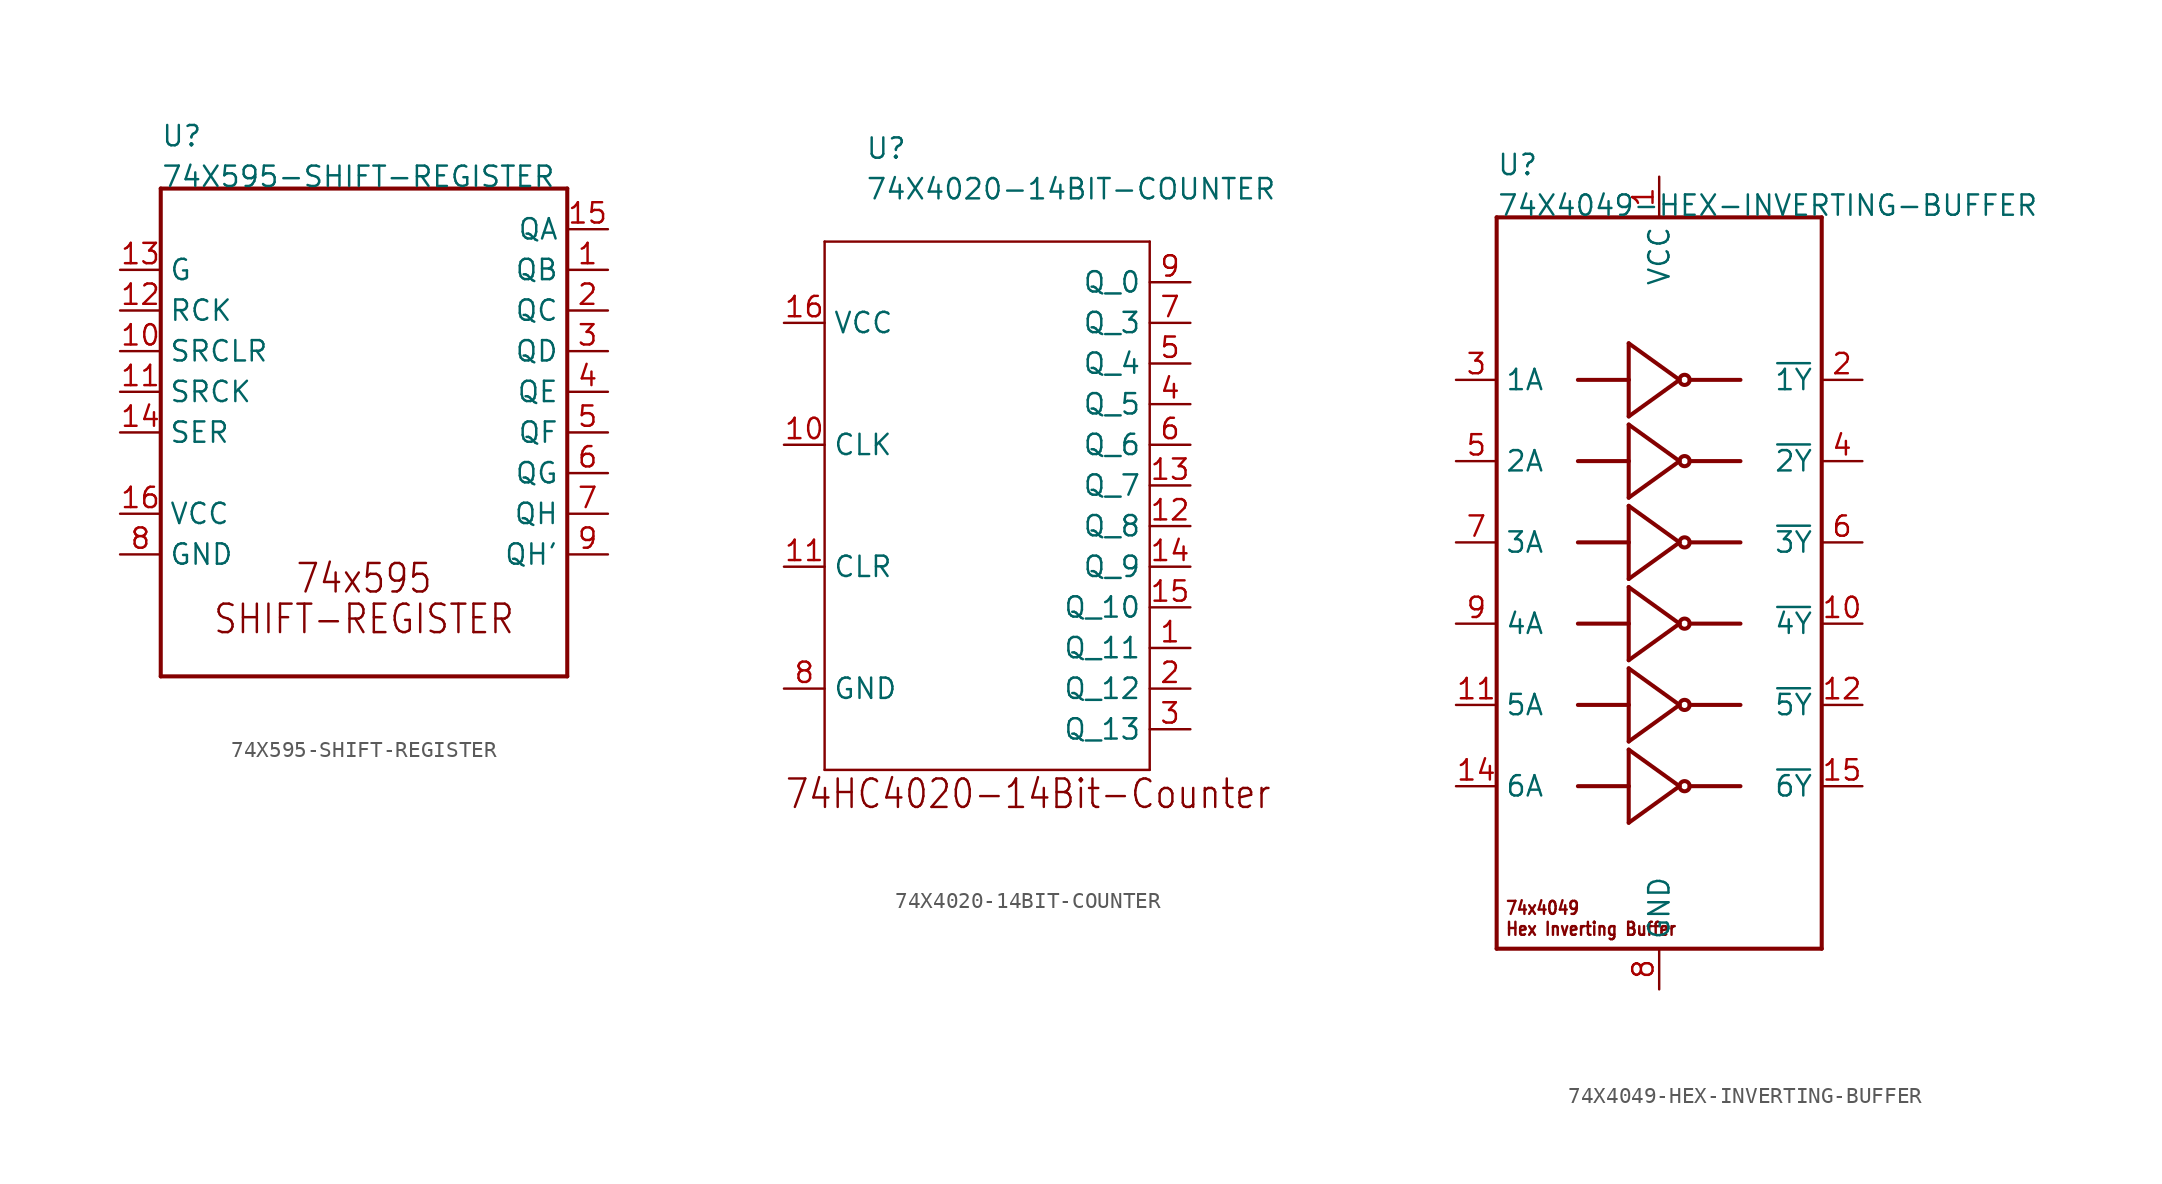
<source format=kicad_sym>
(kicad_symbol_lib
  (version 20211014)
  (generator kicad_symbol_editor)
  (symbol "74X595-SHIFT-REGISTER"
    (pin_names)
    (property "Reference" "U"
      (at -12.7 15.24 0)
      (effects (font (size 1.27 1.27)) (justify left bottom)))
    (property "Value" "74X595-SHIFT-REGISTER"
      (at -12.7 12.7 0)
      (effects (font (size 1.27 1.27)) (justify left bottom)))
    (property "Datasheet" ""
      (at 0 0 0))
    (property "ki_description" "SN74LS595D (74x595)  - IC SERIAL-IN SHIFT-REG 16-SOIC   Technical Specifications:    Shift Shift Register 1 Element 8 Bit 16-SOIC   Logic Type: Shift Register   Function: Serial to Parallel, Serial   Output Type: 3-State   Number of Elements: 1   Bits per Element: 8   Supply Voltage: 4.75V~5.25V       Component Search:  SN74LS595D   Datasheet:  8-Bit Shift Registers With Output Latches datasheet  "
      (at 0 0 0))
    (property "ki_fp_filters" "FlashPCB_ICs:SOIC-16-150MIL-3.9MM"
      (at 0 0 0))
    (symbol "74X595-SHIFT-REGISTER_1_1"
      (text "74x595" (at 0 -12.7 0) (effects (font (size 1.778 1.52)) (justify bottom)))
      (text "SHIFT-REGISTER" (at 0 -15.24 0) (effects (font (size 1.778 1.52)) (justify bottom)))
      (polyline (pts (xy -12.7 12.7) (xy -12.7 -17.78)) (stroke (width 0.254)) (fill (type none)))
      (polyline (pts (xy -12.7 -17.78) (xy 12.7 -17.78)) (stroke (width 0.254)) (fill (type none)))
      (polyline (pts (xy 12.7 -17.78) (xy 12.7 12.7)) (stroke (width 0.254)) (fill (type none)))
      (polyline (pts (xy 12.7 12.7) (xy -12.7 12.7)) (stroke (width 0.254)) (fill (type none)))
      (pin bidirectional line (at 15.24 7.62 180) (length 2.54) (name "QB" (effects (font (size 1.27 1.27)))) (number "1" (effects (font (size 1.27 1.27)))))
      (pin bidirectional line (at 15.24 5.08 180) (length 2.54) (name "QC" (effects (font (size 1.27 1.27)))) (number "2" (effects (font (size 1.27 1.27)))))
      (pin bidirectional line (at 15.24 2.54 180) (length 2.54) (name "QD" (effects (font (size 1.27 1.27)))) (number "3" (effects (font (size 1.27 1.27)))))
      (pin bidirectional line (at 15.24 0 180) (length 2.54) (name "QE" (effects (font (size 1.27 1.27)))) (number "4" (effects (font (size 1.27 1.27)))))
      (pin bidirectional line (at 15.24 -2.54 180) (length 2.54) (name "QF" (effects (font (size 1.27 1.27)))) (number "5" (effects (font (size 1.27 1.27)))))
      (pin bidirectional line (at 15.24 -5.08 180) (length 2.54) (name "QG" (effects (font (size 1.27 1.27)))) (number "6" (effects (font (size 1.27 1.27)))))
      (pin bidirectional line (at 15.24 -7.62 180) (length 2.54) (name "QH" (effects (font (size 1.27 1.27)))) (number "7" (effects (font (size 1.27 1.27)))))
      (pin bidirectional line (at -15.24 -10.16 0) (length 2.54) (name "GND" (effects (font (size 1.27 1.27)))) (number "8" (effects (font (size 1.27 1.27)))))
      (pin bidirectional line (at 15.24 -10.16 180) (length 2.54) (name "QH'" (effects (font (size 1.27 1.27)))) (number "9" (effects (font (size 1.27 1.27)))))
      (pin bidirectional line (at -15.24 2.54 0) (length 2.54) (name "SRCLR" (effects (font (size 1.27 1.27)))) (number "10" (effects (font (size 1.27 1.27)))))
      (pin bidirectional line (at -15.24 0 0) (length 2.54) (name "SRCK" (effects (font (size 1.27 1.27)))) (number "11" (effects (font (size 1.27 1.27)))))
      (pin bidirectional line (at -15.24 5.08 0) (length 2.54) (name "RCK" (effects (font (size 1.27 1.27)))) (number "12" (effects (font (size 1.27 1.27)))))
      (pin bidirectional line (at -15.24 7.62 0) (length 2.54) (name "G" (effects (font (size 1.27 1.27)))) (number "13" (effects (font (size 1.27 1.27)))))
      (pin bidirectional line (at -15.24 -2.54 0) (length 2.54) (name "SER" (effects (font (size 1.27 1.27)))) (number "14" (effects (font (size 1.27 1.27)))))
      (pin bidirectional line (at 15.24 10.16 180) (length 2.54) (name "QA" (effects (font (size 1.27 1.27)))) (number "15" (effects (font (size 1.27 1.27)))))
      (pin bidirectional line (at -15.24 -7.62 0) (length 2.54) (name "VCC" (effects (font (size 1.27 1.27)))) (number "16" (effects (font (size 1.27 1.27)))))))
  (symbol "74X4020-14BIT-COUNTER"
    (pin_names)
    (property "Reference" "U"
      (at -7.62 20.32 0)
      (effects (font (size 1.27 1.27)) (justify left bottom)))
    (property "Value" "74X4020-14BIT-COUNTER"
      (at -7.62 17.78 0)
      (effects (font (size 1.27 1.27)) (justify left bottom)))
    (property "Datasheet" ""
      (at 0 0 0))
    (property "ki_fp_filters" "FlashPCB_ICs:16-TSSOP FlashPCB_ICs:SOIC-16-150MIL-3.9MM"
      (at 0 0 0))
    (symbol "74X4020-14BIT-COUNTER_1_1"
      (text "74HC4020-14Bit-Counter" (at -12.7 -20.32 0) (effects (font (size 1.778 1.52)) (justify left bottom)))
      (polyline (pts (xy -10.16 15.24) (xy 10.16 15.24)) (stroke (width 0.152)) (fill (type none)))
      (polyline (pts (xy 10.16 15.24) (xy 10.16 -17.78)) (stroke (width 0.152)) (fill (type none)))
      (polyline (pts (xy 10.16 -17.78) (xy -10.16 -17.78)) (stroke (width 0.152)) (fill (type none)))
      (polyline (pts (xy -10.16 -17.78) (xy -10.16 15.24)) (stroke (width 0.152)) (fill (type none)))
      (pin bidirectional line (at 12.7 12.7 180) (length 2.54) (name "Q_0" (effects (font (size 1.27 1.27)))) (number "9" (effects (font (size 1.27 1.27)))))
      (pin bidirectional line (at 12.7 10.16 180) (length 2.54) (name "Q_3" (effects (font (size 1.27 1.27)))) (number "7" (effects (font (size 1.27 1.27)))))
      (pin bidirectional line (at 12.7 7.62 180) (length 2.54) (name "Q_4" (effects (font (size 1.27 1.27)))) (number "5" (effects (font (size 1.27 1.27)))))
      (pin bidirectional line (at 12.7 5.08 180) (length 2.54) (name "Q_5" (effects (font (size 1.27 1.27)))) (number "4" (effects (font (size 1.27 1.27)))))
      (pin bidirectional line (at 12.7 2.54 180) (length 2.54) (name "Q_6" (effects (font (size 1.27 1.27)))) (number "6" (effects (font (size 1.27 1.27)))))
      (pin bidirectional line (at 12.7 0 180) (length 2.54) (name "Q_7" (effects (font (size 1.27 1.27)))) (number "13" (effects (font (size 1.27 1.27)))))
      (pin bidirectional line (at 12.7 -2.54 180) (length 2.54) (name "Q_8" (effects (font (size 1.27 1.27)))) (number "12" (effects (font (size 1.27 1.27)))))
      (pin bidirectional line (at 12.7 -5.08 180) (length 2.54) (name "Q_9" (effects (font (size 1.27 1.27)))) (number "14" (effects (font (size 1.27 1.27)))))
      (pin bidirectional line (at 12.7 -7.62 180) (length 2.54) (name "Q_10" (effects (font (size 1.27 1.27)))) (number "15" (effects (font (size 1.27 1.27)))))
      (pin bidirectional line (at 12.7 -10.16 180) (length 2.54) (name "Q_11" (effects (font (size 1.27 1.27)))) (number "1" (effects (font (size 1.27 1.27)))))
      (pin bidirectional line (at 12.7 -12.7 180) (length 2.54) (name "Q_12" (effects (font (size 1.27 1.27)))) (number "2" (effects (font (size 1.27 1.27)))))
      (pin bidirectional line (at 12.7 -15.24 180) (length 2.54) (name "Q_13" (effects (font (size 1.27 1.27)))) (number "3" (effects (font (size 1.27 1.27)))))
      (pin bidirectional line (at -12.7 10.16 0) (length 2.54) (name "VCC" (effects (font (size 1.27 1.27)))) (number "16" (effects (font (size 1.27 1.27)))))
      (pin bidirectional line (at -12.7 -12.7 0) (length 2.54) (name "GND" (effects (font (size 1.27 1.27)))) (number "8" (effects (font (size 1.27 1.27)))))
      (pin bidirectional line (at -12.7 2.54 0) (length 2.54) (name "CLK" (effects (font (size 1.27 1.27)))) (number "10" (effects (font (size 1.27 1.27)))))
      (pin bidirectional line (at -12.7 -5.08 0) (length 2.54) (name "CLR" (effects (font (size 1.27 1.27)))) (number "11" (effects (font (size 1.27 1.27)))))))
  (symbol "74X4049-HEX-INVERTING-BUFFER"
    (pin_names)
    (property "Reference" "U"
      (at -10.16 25.4 0)
      (effects (font (size 1.27 1.27)) (justify left bottom)))
    (property "Value" "74X4049-HEX-INVERTING-BUFFER"
      (at -10.16 22.86 0)
      (effects (font (size 1.27 1.27)) (justify left bottom)))
    (property "Datasheet" ""
      (at 0 0 0))
    (property "ki_description" "74X4049  - Hex Inverting Buffer   Technical Specifications:     Logic Type: Buffer, Inverting    Number of Elements: 6    Number of Bits per Element: 1       Component Search:  [DATA SHEET NAME]   Datasheet:  74HC4049 "
      (at 0 0 0))
    (property "ki_fp_filters" "FlashPCB_ICs:SOIC-16-150MIL-3.9MM"
      (at 0 0 0))
    (symbol "74X4049-HEX-INVERTING-BUFFER_1_1"
      (text "74x4049\nHex Inverting Buffer" (at -9.652 -22.098 0) (effects (font (size 0.813 0.695)) (justify left bottom)))
      (polyline (pts (xy -5.08 12.7) (xy -1.905 12.7)) (stroke (width 0.254)) (fill (type none)))
      (polyline (pts (xy -1.905 12.7) (xy -1.905 14.986)) (stroke (width 0.254)) (fill (type none)))
      (polyline (pts (xy -1.905 12.7) (xy -1.905 10.414)) (stroke (width 0.254)) (fill (type none)))
      (polyline (pts (xy -1.905 10.414) (xy 1.27 12.7)) (stroke (width 0.254)) (fill (type none)))
      (polyline (pts (xy 1.27 12.7) (xy -1.905 14.986)) (stroke (width 0.254)) (fill (type none)))
      (polyline (pts (xy 5.08 12.7) (xy 1.905 12.7)) (stroke (width 0.254)) (fill (type none)))
      (polyline (pts (xy -5.08 7.62) (xy -1.905 7.62)) (stroke (width 0.254)) (fill (type none)))
      (polyline (pts (xy -1.905 7.62) (xy -1.905 9.906)) (stroke (width 0.254)) (fill (type none)))
      (polyline (pts (xy -1.905 7.62) (xy -1.905 5.334)) (stroke (width 0.254)) (fill (type none)))
      (polyline (pts (xy -1.905 5.334) (xy 1.27 7.62)) (stroke (width 0.254)) (fill (type none)))
      (polyline (pts (xy 1.27 7.62) (xy -1.905 9.906)) (stroke (width 0.254)) (fill (type none)))
      (polyline (pts (xy 5.08 7.62) (xy 1.905 7.62)) (stroke (width 0.254)) (fill (type none)))
      (polyline (pts (xy -5.08 2.54) (xy -1.905 2.54)) (stroke (width 0.254)) (fill (type none)))
      (polyline (pts (xy -1.905 2.54) (xy -1.905 4.826)) (stroke (width 0.254)) (fill (type none)))
      (polyline (pts (xy -1.905 2.54) (xy -1.905 0.254)) (stroke (width 0.254)) (fill (type none)))
      (polyline (pts (xy -1.905 0.254) (xy 1.27 2.54)) (stroke (width 0.254)) (fill (type none)))
      (polyline (pts (xy 1.27 2.54) (xy -1.905 4.826)) (stroke (width 0.254)) (fill (type none)))
      (polyline (pts (xy 5.08 2.54) (xy 1.905 2.54)) (stroke (width 0.254)) (fill (type none)))
      (polyline (pts (xy -5.08 -2.54) (xy -1.905 -2.54)) (stroke (width 0.254)) (fill (type none)))
      (polyline (pts (xy -1.905 -2.54) (xy -1.905 -0.254)) (stroke (width 0.254)) (fill (type none)))
      (polyline (pts (xy -1.905 -2.54) (xy -1.905 -4.826)) (stroke (width 0.254)) (fill (type none)))
      (polyline (pts (xy -1.905 -4.826) (xy 1.27 -2.54)) (stroke (width 0.254)) (fill (type none)))
      (polyline (pts (xy 1.27 -2.54) (xy -1.905 -0.254)) (stroke (width 0.254)) (fill (type none)))
      (polyline (pts (xy 5.08 -2.54) (xy 1.905 -2.54)) (stroke (width 0.254)) (fill (type none)))
      (polyline (pts (xy -5.08 -7.62) (xy -1.905 -7.62)) (stroke (width 0.254)) (fill (type none)))
      (polyline (pts (xy -1.905 -7.62) (xy -1.905 -5.334)) (stroke (width 0.254)) (fill (type none)))
      (polyline (pts (xy -1.905 -7.62) (xy -1.905 -9.906)) (stroke (width 0.254)) (fill (type none)))
      (polyline (pts (xy -1.905 -9.906) (xy 1.27 -7.62)) (stroke (width 0.254)) (fill (type none)))
      (polyline (pts (xy 1.27 -7.62) (xy -1.905 -5.334)) (stroke (width 0.254)) (fill (type none)))
      (polyline (pts (xy 5.08 -7.62) (xy 1.905 -7.62)) (stroke (width 0.254)) (fill (type none)))
      (polyline (pts (xy -5.08 -12.7) (xy -1.905 -12.7)) (stroke (width 0.254)) (fill (type none)))
      (polyline (pts (xy -1.905 -12.7) (xy -1.905 -10.414)) (stroke (width 0.254)) (fill (type none)))
      (polyline (pts (xy -1.905 -12.7) (xy -1.905 -14.986)) (stroke (width 0.254)) (fill (type none)))
      (polyline (pts (xy -1.905 -14.986) (xy 1.27 -12.7)) (stroke (width 0.254)) (fill (type none)))
      (polyline (pts (xy 1.27 -12.7) (xy -1.905 -10.414)) (stroke (width 0.254)) (fill (type none)))
      (polyline (pts (xy 5.08 -12.7) (xy 1.905 -12.7)) (stroke (width 0.254)) (fill (type none)))
      (polyline (pts (xy -10.16 22.86) (xy 10.16 22.86)) (stroke (width 0.254)) (fill (type none)))
      (polyline (pts (xy 10.16 22.86) (xy 10.16 -22.86)) (stroke (width 0.254)) (fill (type none)))
      (polyline (pts (xy 10.16 -22.86) (xy -10.16 -22.86)) (stroke (width 0.254)) (fill (type none)))
      (polyline (pts (xy -10.16 -22.86) (xy -10.16 22.86)) (stroke (width 0.254)) (fill (type none)))
      (circle (center 1.587 12.7) (radius 0.318) (stroke (width 0.254) (type default)) (fill (type none)))
      (circle (center 1.587 7.62) (radius 0.318) (stroke (width 0.254) (type default)) (fill (type none)))
      (circle (center 1.587 2.54) (radius 0.318) (stroke (width 0.254) (type default)) (fill (type none)))
      (circle (center 1.587 -2.54) (radius 0.318) (stroke (width 0.254) (type default)) (fill (type none)))
      (circle (center 1.587 -7.62) (radius 0.318) (stroke (width 0.254) (type default)) (fill (type none)))
      (circle (center 1.587 -12.7) (radius 0.318) (stroke (width 0.254) (type default)) (fill (type none)))
      (pin bidirectional line (at 0 25.4 270) (length 2.54) (name "VCC" (effects (font (size 1.27 1.27)))) (number "1" (effects (font (size 1.27 1.27)))))
      (pin bidirectional line (at 0 -25.4 90) (length 2.54) (name "GND" (effects (font (size 1.27 1.27)))) (number "8" (effects (font (size 1.27 1.27)))))
      (pin bidirectional line (at -12.7 12.7 0) (length 2.54) (name "1A" (effects (font (size 1.27 1.27)))) (number "3" (effects (font (size 1.27 1.27)))))
      (pin bidirectional line (at -12.7 7.62 0) (length 2.54) (name "2A" (effects (font (size 1.27 1.27)))) (number "5" (effects (font (size 1.27 1.27)))))
      (pin bidirectional line (at -12.7 2.54 0) (length 2.54) (name "3A" (effects (font (size 1.27 1.27)))) (number "7" (effects (font (size 1.27 1.27)))))
      (pin bidirectional line (at -12.7 -2.54 0) (length 2.54) (name "4A" (effects (font (size 1.27 1.27)))) (number "9" (effects (font (size 1.27 1.27)))))
      (pin bidirectional line (at -12.7 -7.62 0) (length 2.54) (name "5A" (effects (font (size 1.27 1.27)))) (number "11" (effects (font (size 1.27 1.27)))))
      (pin bidirectional line (at -12.7 -12.7 0) (length 2.54) (name "6A" (effects (font (size 1.27 1.27)))) (number "14" (effects (font (size 1.27 1.27)))))
      (pin bidirectional line (at 12.7 12.7 180) (length 2.54) (name "~{1Y}" (effects (font (size 1.27 1.27)))) (number "2" (effects (font (size 1.27 1.27)))))
      (pin bidirectional line (at 12.7 7.62 180) (length 2.54) (name "~{2Y}" (effects (font (size 1.27 1.27)))) (number "4" (effects (font (size 1.27 1.27)))))
      (pin bidirectional line (at 12.7 2.54 180) (length 2.54) (name "~{3Y}" (effects (font (size 1.27 1.27)))) (number "6" (effects (font (size 1.27 1.27)))))
      (pin bidirectional line (at 12.7 -2.54 180) (length 2.54) (name "~{4Y}" (effects (font (size 1.27 1.27)))) (number "10" (effects (font (size 1.27 1.27)))))
      (pin bidirectional line (at 12.7 -7.62 180) (length 2.54) (name "~{5Y}" (effects (font (size 1.27 1.27)))) (number "12" (effects (font (size 1.27 1.27)))))
      (pin bidirectional line (at 12.7 -12.7 180) (length 2.54) (name "~{6Y}" (effects (font (size 1.27 1.27)))) (number "15" (effects (font (size 1.27 1.27))))))))
</source>
